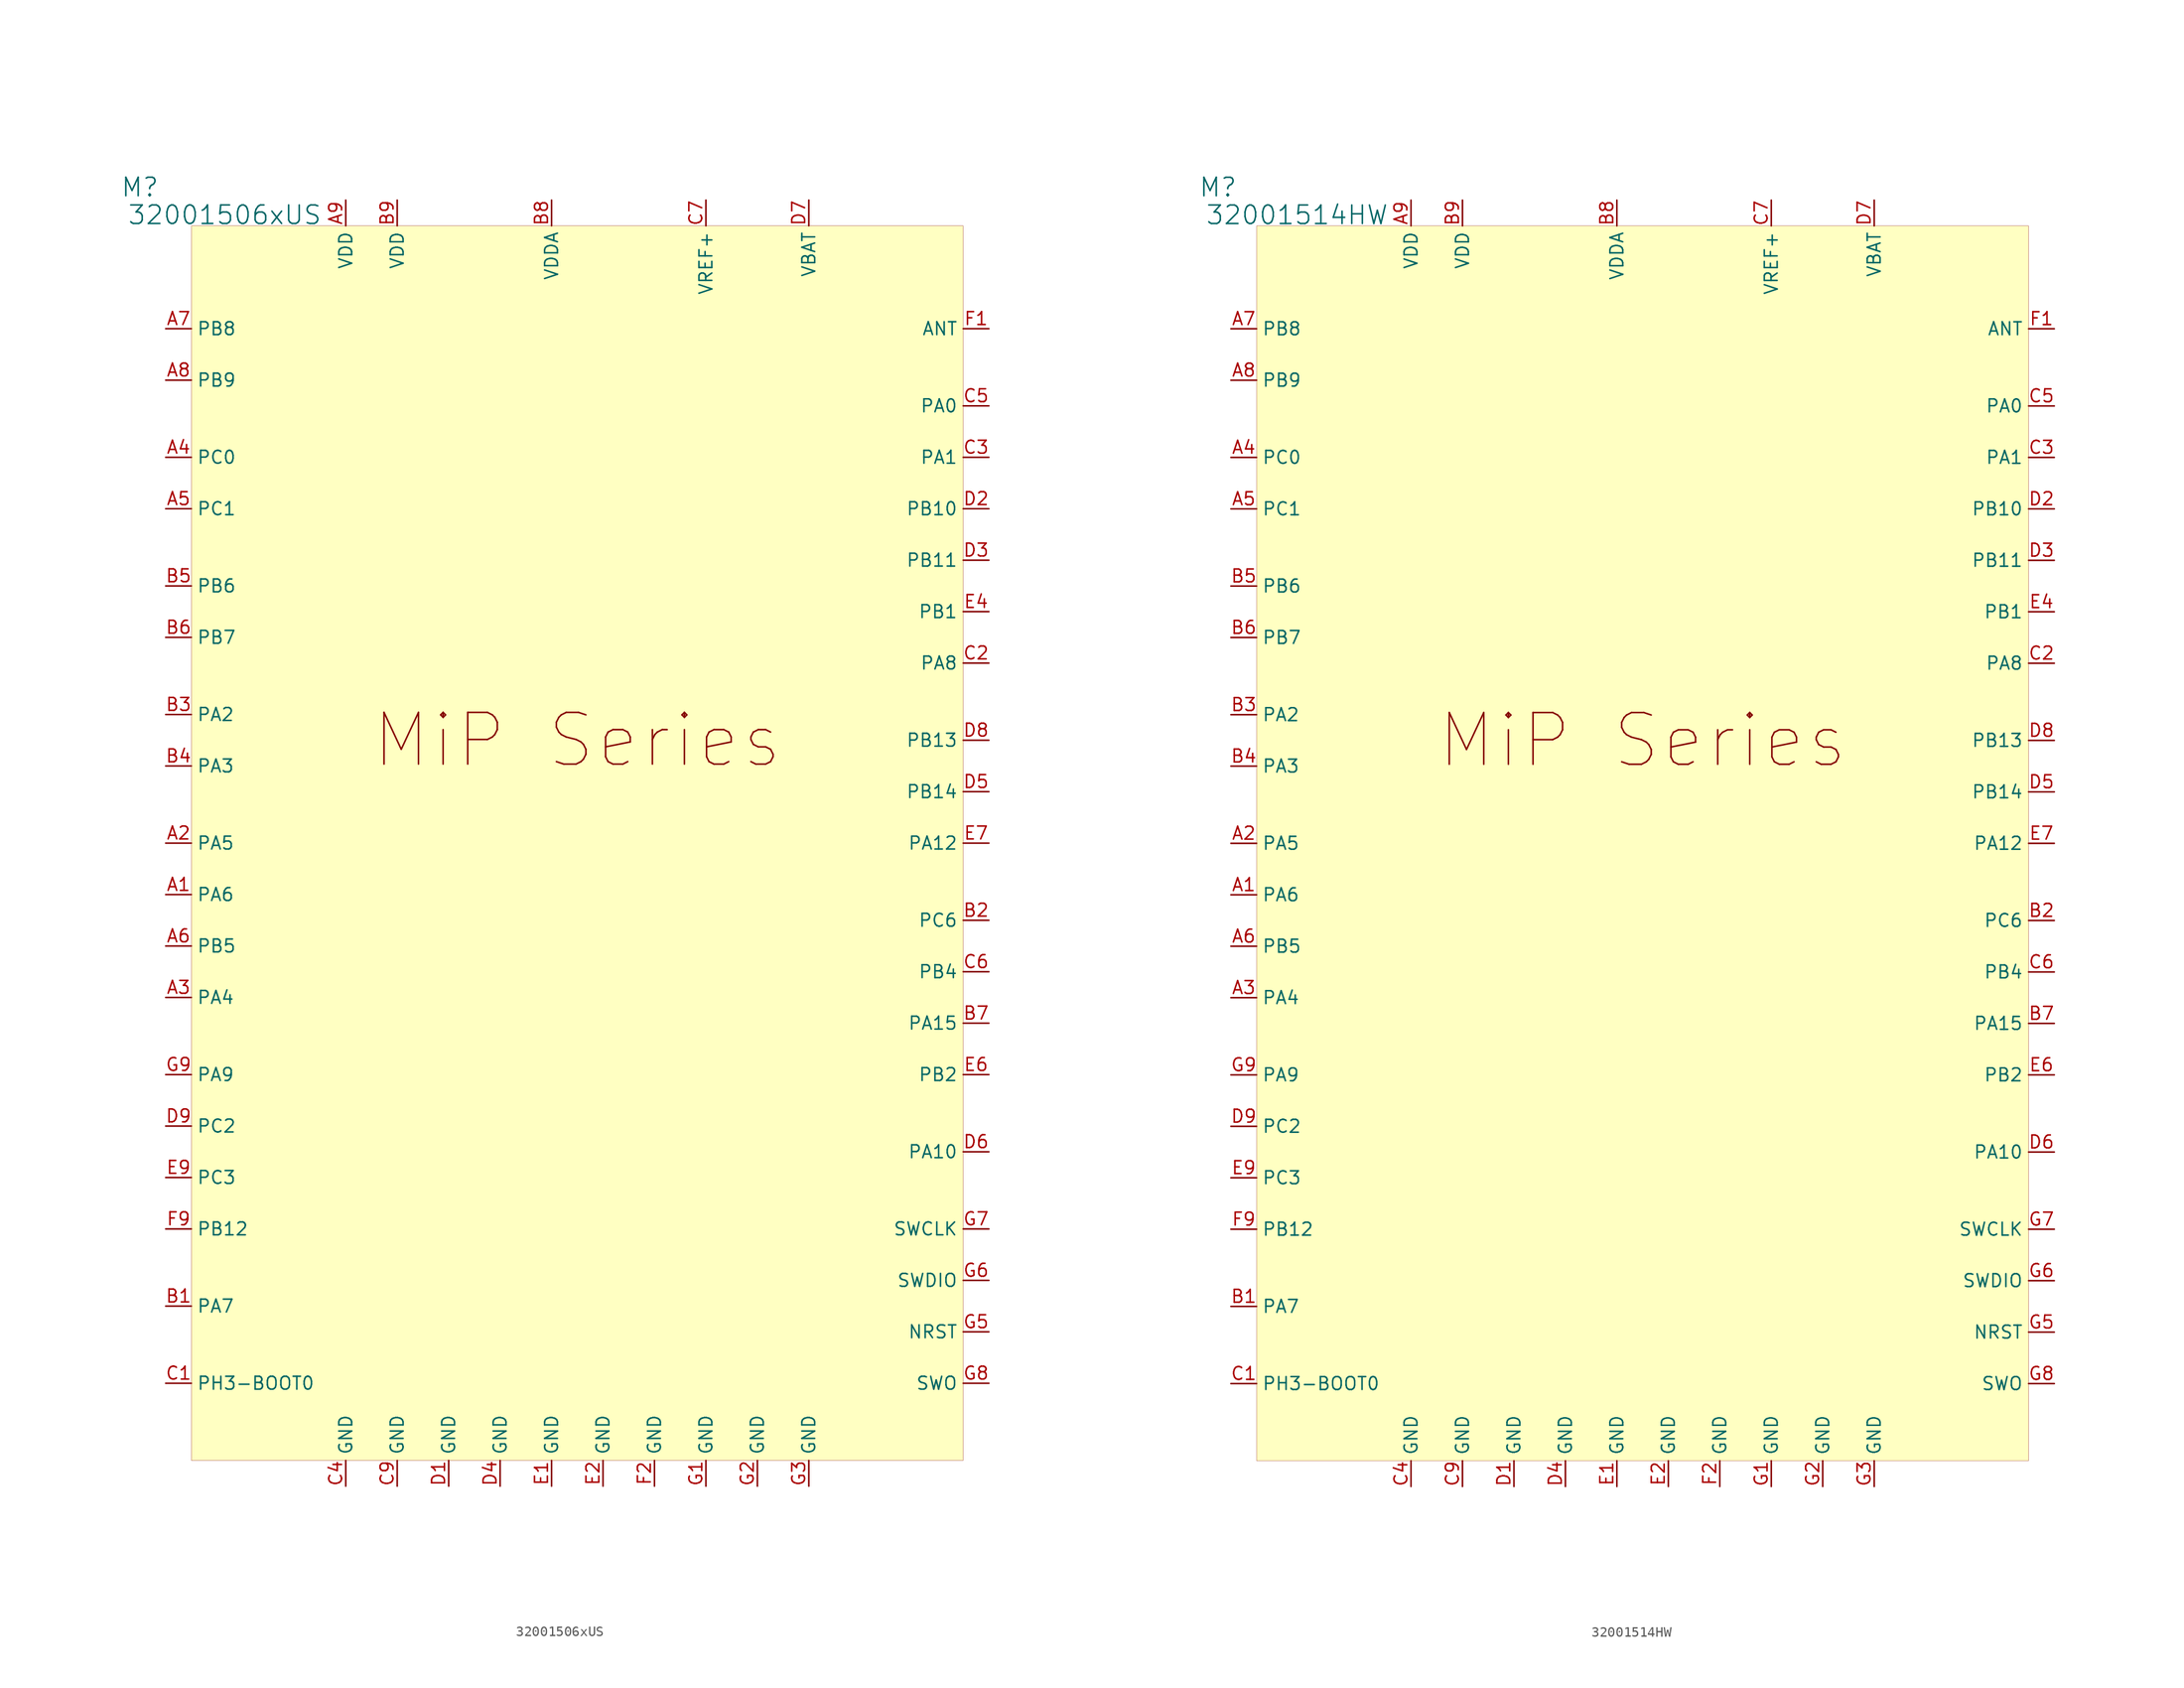
<source format=kicad_sym>
(kicad_symbol_lib
  (version 20231120)
  (generator "kicad_symbol_editor")
  (generator_version "8.0")
  (symbol "32001506xUS"
    (property "Reference" "M"
      (at -5.08 3.81 0)
      (effects (font (size 1.829 1.829))))
    (property "Value" "32001506xUS"
      (at -6.35 0 0)
      (effects (font (size 1.829 1.829)) (justify left bottom)))
    (symbol "32001506xUS_1_0"
      (rectangle (start 0 0) (end 76.2 -121.92) (stroke (width 0.025) (type solid) (color 128 0 0 1)) (fill (type background)))
      (text "MiP Series" (at 38.1 -50.8 0) (effects (font (size 5.105 5.105))))
      (pin passive line (at -2.54 -66.04 0) (length 2.54) (name "PA6" (effects (font (size 1.27 1.27)))) (number "A1" (effects (font (size 1.27 1.27)))))
      (pin passive line (at -2.54 -60.96 0) (length 2.54) (name "PA5" (effects (font (size 1.27 1.27)))) (number "A2" (effects (font (size 1.27 1.27)))))
      (pin passive line (at -2.54 -76.2 0) (length 2.54) (name "PA4" (effects (font (size 1.27 1.27)))) (number "A3" (effects (font (size 1.27 1.27)))))
      (pin passive line (at -2.54 -22.86 0) (length 2.54) (name "PC0" (effects (font (size 1.27 1.27)))) (number "A4" (effects (font (size 1.27 1.27)))))
      (pin passive line (at -2.54 -27.94 0) (length 2.54) (name "PC1" (effects (font (size 1.27 1.27)))) (number "A5" (effects (font (size 1.27 1.27)))))
      (pin passive line (at -2.54 -71.12 0) (length 2.54) (name "PB5" (effects (font (size 1.27 1.27)))) (number "A6" (effects (font (size 1.27 1.27)))))
      (pin passive line (at -2.54 -10.16 0) (length 2.54) (name "PB8" (effects (font (size 1.27 1.27)))) (number "A7" (effects (font (size 1.27 1.27)))))
      (pin passive line (at -2.54 -15.24 0) (length 2.54) (name "PB9" (effects (font (size 1.27 1.27)))) (number "A8" (effects (font (size 1.27 1.27)))))
      (pin power_in line (at 15.24 2.54 270) (length 2.54) (name "VDD" (effects (font (size 1.27 1.27)))) (number "A9" (effects (font (size 1.27 1.27)))))
      (pin passive line (at -2.54 -106.68 0) (length 2.54) (name "PA7" (effects (font (size 1.27 1.27)))) (number "B1" (effects (font (size 1.27 1.27)))))
      (pin passive line (at 78.74 -68.58 180) (length 2.54) (name "PC6" (effects (font (size 1.27 1.27)))) (number "B2" (effects (font (size 1.27 1.27)))))
      (pin passive line (at -2.54 -48.26 0) (length 2.54) (name "PA2" (effects (font (size 1.27 1.27)))) (number "B3" (effects (font (size 1.27 1.27)))))
      (pin passive line (at -2.54 -53.34 0) (length 2.54) (name "PA3" (effects (font (size 1.27 1.27)))) (number "B4" (effects (font (size 1.27 1.27)))))
      (pin passive line (at -2.54 -35.56 0) (length 2.54) (name "PB6" (effects (font (size 1.27 1.27)))) (number "B5" (effects (font (size 1.27 1.27)))))
      (pin passive line (at -2.54 -40.64 0) (length 2.54) (name "PB7" (effects (font (size 1.27 1.27)))) (number "B6" (effects (font (size 1.27 1.27)))))
      (pin passive line (at 78.74 -78.74 180) (length 2.54) (name "PA15" (effects (font (size 1.27 1.27)))) (number "B7" (effects (font (size 1.27 1.27)))))
      (pin power_in line (at 35.56 2.54 270) (length 2.54) (name "VDDA" (effects (font (size 1.27 1.27)))) (number "B8" (effects (font (size 1.27 1.27)))))
      (pin power_in line (at 20.32 2.54 270) (length 2.54) (name "VDD" (effects (font (size 1.27 1.27)))) (number "B9" (effects (font (size 1.27 1.27)))))
      (pin passive line (at -2.54 -114.3 0) (length 2.54) (name "PH3-BOOT0" (effects (font (size 1.27 1.27)))) (number "C1" (effects (font (size 1.27 1.27)))))
      (pin passive line (at 78.74 -43.18 180) (length 2.54) (name "PA8" (effects (font (size 1.27 1.27)))) (number "C2" (effects (font (size 1.27 1.27)))))
      (pin passive line (at 78.74 -22.86 180) (length 2.54) (name "PA1" (effects (font (size 1.27 1.27)))) (number "C3" (effects (font (size 1.27 1.27)))))
      (pin power_in line (at 15.24 -124.46 90) (length 2.54) (name "GND" (effects (font (size 1.27 1.27)))) (number "C4" (effects (font (size 1.27 1.27)))))
      (pin passive line (at 78.74 -17.78 180) (length 2.54) (name "PA0" (effects (font (size 1.27 1.27)))) (number "C5" (effects (font (size 1.27 1.27)))))
      (pin passive line (at 78.74 -73.66 180) (length 2.54) (name "PB4" (effects (font (size 1.27 1.27)))) (number "C6" (effects (font (size 1.27 1.27)))))
      (pin passive line (at 50.8 2.54 270) (length 2.54) (name "VREF+" (effects (font (size 1.27 1.27)))) (number "C7" (effects (font (size 1.27 1.27)))))
      (pin power_in line (at 20.32 -124.46 90) (length 2.54) (name "GND" (effects (font (size 1.27 1.27)))) (number "C9" (effects (font (size 1.27 1.27)))))
      (pin power_in line (at 25.4 -124.46 90) (length 2.54) (name "GND" (effects (font (size 1.27 1.27)))) (number "D1" (effects (font (size 1.27 1.27)))))
      (pin passive line (at 78.74 -27.94 180) (length 2.54) (name "PB10" (effects (font (size 1.27 1.27)))) (number "D2" (effects (font (size 1.27 1.27)))))
      (pin passive line (at 78.74 -33.02 180) (length 2.54) (name "PB11" (effects (font (size 1.27 1.27)))) (number "D3" (effects (font (size 1.27 1.27)))))
      (pin power_in line (at 30.48 -124.46 90) (length 2.54) (name "GND" (effects (font (size 1.27 1.27)))) (number "D4" (effects (font (size 1.27 1.27)))))
      (pin passive line (at 78.74 -55.88 180) (length 2.54) (name "PB14" (effects (font (size 1.27 1.27)))) (number "D5" (effects (font (size 1.27 1.27)))))
      (pin passive line (at 78.74 -91.44 180) (length 2.54) (name "PA10" (effects (font (size 1.27 1.27)))) (number "D6" (effects (font (size 1.27 1.27)))))
      (pin passive line (at 60.96 2.54 270) (length 2.54) (name "VBAT" (effects (font (size 1.27 1.27)))) (number "D7" (effects (font (size 1.27 1.27)))))
      (pin passive line (at 78.74 -50.8 180) (length 2.54) (name "PB13" (effects (font (size 1.27 1.27)))) (number "D8" (effects (font (size 1.27 1.27)))))
      (pin passive line (at -2.54 -88.9 0) (length 2.54) (name "PC2" (effects (font (size 1.27 1.27)))) (number "D9" (effects (font (size 1.27 1.27)))))
      (pin power_in line (at 35.56 -124.46 90) (length 2.54) (name "GND" (effects (font (size 1.27 1.27)))) (number "E1" (effects (font (size 1.27 1.27)))))
      (pin power_in line (at 40.64 -124.46 90) (length 2.54) (name "GND" (effects (font (size 1.27 1.27)))) (number "E2" (effects (font (size 1.27 1.27)))))
      (pin passive line (at 78.74 -38.1 180) (length 2.54) (name "PB1" (effects (font (size 1.27 1.27)))) (number "E4" (effects (font (size 1.27 1.27)))))
      (pin passive line (at 78.74 -83.82 180) (length 2.54) (name "PB2" (effects (font (size 1.27 1.27)))) (number "E6" (effects (font (size 1.27 1.27)))))
      (pin passive line (at 78.74 -60.96 180) (length 2.54) (name "PA12" (effects (font (size 1.27 1.27)))) (number "E7" (effects (font (size 1.27 1.27)))))
      (pin passive line (at -2.54 -93.98 0) (length 2.54) (name "PC3" (effects (font (size 1.27 1.27)))) (number "E9" (effects (font (size 1.27 1.27)))))
      (pin passive line (at 78.74 -10.16 180) (length 2.54) (name "ANT" (effects (font (size 1.27 1.27)))) (number "F1" (effects (font (size 1.27 1.27)))))
      (pin power_in line (at 45.72 -124.46 90) (length 2.54) (name "GND" (effects (font (size 1.27 1.27)))) (number "F2" (effects (font (size 1.27 1.27)))))
      (pin passive line (at -2.54 -99.06 0) (length 2.54) (name "PB12" (effects (font (size 1.27 1.27)))) (number "F9" (effects (font (size 1.27 1.27)))))
      (pin power_in line (at 50.8 -124.46 90) (length 2.54) (name "GND" (effects (font (size 1.27 1.27)))) (number "G1" (effects (font (size 1.27 1.27)))))
      (pin power_in line (at 55.88 -124.46 90) (length 2.54) (name "GND" (effects (font (size 1.27 1.27)))) (number "G2" (effects (font (size 1.27 1.27)))))
      (pin power_in line (at 60.96 -124.46 90) (length 2.54) (name "GND" (effects (font (size 1.27 1.27)))) (number "G3" (effects (font (size 1.27 1.27)))))
      (pin passive line (at 78.74 -109.22 180) (length 2.54) (name "NRST" (effects (font (size 1.27 1.27)))) (number "G5" (effects (font (size 1.27 1.27)))))
      (pin passive line (at 78.74 -104.14 180) (length 2.54) (name "SWDIO" (effects (font (size 1.27 1.27)))) (number "G6" (effects (font (size 1.27 1.27)))))
      (pin passive line (at 78.74 -99.06 180) (length 2.54) (name "SWCLK" (effects (font (size 1.27 1.27)))) (number "G7" (effects (font (size 1.27 1.27)))))
      (pin passive line (at 78.74 -114.3 180) (length 2.54) (name "SWO" (effects (font (size 1.27 1.27)))) (number "G8" (effects (font (size 1.27 1.27)))))
      (pin passive line (at -2.54 -83.82 0) (length 2.54) (name "PA9" (effects (font (size 1.27 1.27)))) (number "G9" (effects (font (size 1.27 1.27)))))))
  (symbol "32001514HW"
    (property "Reference" "M"
      (at -3.81 3.81 0)
      (effects (font (size 1.829 1.829))))
    (property "Value" "32001514HW"
      (at -5.08 0 0)
      (effects (font (size 1.829 1.829)) (justify left bottom)))
    (symbol "32001514HW_1_0"
      (rectangle (start 0 0) (end 76.2 -121.92) (stroke (width 0.025) (type solid) (color 128 0 0 1)) (fill (type background)))
      (text "MiP Series" (at 38.1 -50.8 0) (effects (font (size 5.105 5.105))))
      (pin passive line (at -2.54 -66.04 0) (length 2.54) (name "PA6" (effects (font (size 1.27 1.27)))) (number "A1" (effects (font (size 1.27 1.27)))))
      (pin passive line (at -2.54 -60.96 0) (length 2.54) (name "PA5" (effects (font (size 1.27 1.27)))) (number "A2" (effects (font (size 1.27 1.27)))))
      (pin passive line (at -2.54 -76.2 0) (length 2.54) (name "PA4" (effects (font (size 1.27 1.27)))) (number "A3" (effects (font (size 1.27 1.27)))))
      (pin passive line (at -2.54 -22.86 0) (length 2.54) (name "PC0" (effects (font (size 1.27 1.27)))) (number "A4" (effects (font (size 1.27 1.27)))))
      (pin passive line (at -2.54 -27.94 0) (length 2.54) (name "PC1" (effects (font (size 1.27 1.27)))) (number "A5" (effects (font (size 1.27 1.27)))))
      (pin passive line (at -2.54 -71.12 0) (length 2.54) (name "PB5" (effects (font (size 1.27 1.27)))) (number "A6" (effects (font (size 1.27 1.27)))))
      (pin passive line (at -2.54 -10.16 0) (length 2.54) (name "PB8" (effects (font (size 1.27 1.27)))) (number "A7" (effects (font (size 1.27 1.27)))))
      (pin passive line (at -2.54 -15.24 0) (length 2.54) (name "PB9" (effects (font (size 1.27 1.27)))) (number "A8" (effects (font (size 1.27 1.27)))))
      (pin power_in line (at 15.24 2.54 270) (length 2.54) (name "VDD" (effects (font (size 1.27 1.27)))) (number "A9" (effects (font (size 1.27 1.27)))))
      (pin passive line (at -2.54 -106.68 0) (length 2.54) (name "PA7" (effects (font (size 1.27 1.27)))) (number "B1" (effects (font (size 1.27 1.27)))))
      (pin passive line (at 78.74 -68.58 180) (length 2.54) (name "PC6" (effects (font (size 1.27 1.27)))) (number "B2" (effects (font (size 1.27 1.27)))))
      (pin passive line (at -2.54 -48.26 0) (length 2.54) (name "PA2" (effects (font (size 1.27 1.27)))) (number "B3" (effects (font (size 1.27 1.27)))))
      (pin passive line (at -2.54 -53.34 0) (length 2.54) (name "PA3" (effects (font (size 1.27 1.27)))) (number "B4" (effects (font (size 1.27 1.27)))))
      (pin passive line (at -2.54 -35.56 0) (length 2.54) (name "PB6" (effects (font (size 1.27 1.27)))) (number "B5" (effects (font (size 1.27 1.27)))))
      (pin passive line (at -2.54 -40.64 0) (length 2.54) (name "PB7" (effects (font (size 1.27 1.27)))) (number "B6" (effects (font (size 1.27 1.27)))))
      (pin passive line (at 78.74 -78.74 180) (length 2.54) (name "PA15" (effects (font (size 1.27 1.27)))) (number "B7" (effects (font (size 1.27 1.27)))))
      (pin power_in line (at 35.56 2.54 270) (length 2.54) (name "VDDA" (effects (font (size 1.27 1.27)))) (number "B8" (effects (font (size 1.27 1.27)))))
      (pin power_in line (at 20.32 2.54 270) (length 2.54) (name "VDD" (effects (font (size 1.27 1.27)))) (number "B9" (effects (font (size 1.27 1.27)))))
      (pin passive line (at -2.54 -114.3 0) (length 2.54) (name "PH3-BOOT0" (effects (font (size 1.27 1.27)))) (number "C1" (effects (font (size 1.27 1.27)))))
      (pin passive line (at 78.74 -43.18 180) (length 2.54) (name "PA8" (effects (font (size 1.27 1.27)))) (number "C2" (effects (font (size 1.27 1.27)))))
      (pin passive line (at 78.74 -22.86 180) (length 2.54) (name "PA1" (effects (font (size 1.27 1.27)))) (number "C3" (effects (font (size 1.27 1.27)))))
      (pin power_in line (at 15.24 -124.46 90) (length 2.54) (name "GND" (effects (font (size 1.27 1.27)))) (number "C4" (effects (font (size 1.27 1.27)))))
      (pin passive line (at 78.74 -17.78 180) (length 2.54) (name "PA0" (effects (font (size 1.27 1.27)))) (number "C5" (effects (font (size 1.27 1.27)))))
      (pin passive line (at 78.74 -73.66 180) (length 2.54) (name "PB4" (effects (font (size 1.27 1.27)))) (number "C6" (effects (font (size 1.27 1.27)))))
      (pin passive line (at 50.8 2.54 270) (length 2.54) (name "VREF+" (effects (font (size 1.27 1.27)))) (number "C7" (effects (font (size 1.27 1.27)))))
      (pin power_in line (at 20.32 -124.46 90) (length 2.54) (name "GND" (effects (font (size 1.27 1.27)))) (number "C9" (effects (font (size 1.27 1.27)))))
      (pin power_in line (at 25.4 -124.46 90) (length 2.54) (name "GND" (effects (font (size 1.27 1.27)))) (number "D1" (effects (font (size 1.27 1.27)))))
      (pin passive line (at 78.74 -27.94 180) (length 2.54) (name "PB10" (effects (font (size 1.27 1.27)))) (number "D2" (effects (font (size 1.27 1.27)))))
      (pin passive line (at 78.74 -33.02 180) (length 2.54) (name "PB11" (effects (font (size 1.27 1.27)))) (number "D3" (effects (font (size 1.27 1.27)))))
      (pin power_in line (at 30.48 -124.46 90) (length 2.54) (name "GND" (effects (font (size 1.27 1.27)))) (number "D4" (effects (font (size 1.27 1.27)))))
      (pin passive line (at 78.74 -55.88 180) (length 2.54) (name "PB14" (effects (font (size 1.27 1.27)))) (number "D5" (effects (font (size 1.27 1.27)))))
      (pin passive line (at 78.74 -91.44 180) (length 2.54) (name "PA10" (effects (font (size 1.27 1.27)))) (number "D6" (effects (font (size 1.27 1.27)))))
      (pin passive line (at 60.96 2.54 270) (length 2.54) (name "VBAT" (effects (font (size 1.27 1.27)))) (number "D7" (effects (font (size 1.27 1.27)))))
      (pin passive line (at 78.74 -50.8 180) (length 2.54) (name "PB13" (effects (font (size 1.27 1.27)))) (number "D8" (effects (font (size 1.27 1.27)))))
      (pin passive line (at -2.54 -88.9 0) (length 2.54) (name "PC2" (effects (font (size 1.27 1.27)))) (number "D9" (effects (font (size 1.27 1.27)))))
      (pin power_in line (at 35.56 -124.46 90) (length 2.54) (name "GND" (effects (font (size 1.27 1.27)))) (number "E1" (effects (font (size 1.27 1.27)))))
      (pin power_in line (at 40.64 -124.46 90) (length 2.54) (name "GND" (effects (font (size 1.27 1.27)))) (number "E2" (effects (font (size 1.27 1.27)))))
      (pin passive line (at 78.74 -38.1 180) (length 2.54) (name "PB1" (effects (font (size 1.27 1.27)))) (number "E4" (effects (font (size 1.27 1.27)))))
      (pin passive line (at 78.74 -83.82 180) (length 2.54) (name "PB2" (effects (font (size 1.27 1.27)))) (number "E6" (effects (font (size 1.27 1.27)))))
      (pin passive line (at 78.74 -60.96 180) (length 2.54) (name "PA12" (effects (font (size 1.27 1.27)))) (number "E7" (effects (font (size 1.27 1.27)))))
      (pin passive line (at -2.54 -93.98 0) (length 2.54) (name "PC3" (effects (font (size 1.27 1.27)))) (number "E9" (effects (font (size 1.27 1.27)))))
      (pin passive line (at 78.74 -10.16 180) (length 2.54) (name "ANT" (effects (font (size 1.27 1.27)))) (number "F1" (effects (font (size 1.27 1.27)))))
      (pin power_in line (at 45.72 -124.46 90) (length 2.54) (name "GND" (effects (font (size 1.27 1.27)))) (number "F2" (effects (font (size 1.27 1.27)))))
      (pin passive line (at -2.54 -99.06 0) (length 2.54) (name "PB12" (effects (font (size 1.27 1.27)))) (number "F9" (effects (font (size 1.27 1.27)))))
      (pin power_in line (at 50.8 -124.46 90) (length 2.54) (name "GND" (effects (font (size 1.27 1.27)))) (number "G1" (effects (font (size 1.27 1.27)))))
      (pin power_in line (at 55.88 -124.46 90) (length 2.54) (name "GND" (effects (font (size 1.27 1.27)))) (number "G2" (effects (font (size 1.27 1.27)))))
      (pin power_in line (at 60.96 -124.46 90) (length 2.54) (name "GND" (effects (font (size 1.27 1.27)))) (number "G3" (effects (font (size 1.27 1.27)))))
      (pin passive line (at 78.74 -109.22 180) (length 2.54) (name "NRST" (effects (font (size 1.27 1.27)))) (number "G5" (effects (font (size 1.27 1.27)))))
      (pin passive line (at 78.74 -104.14 180) (length 2.54) (name "SWDIO" (effects (font (size 1.27 1.27)))) (number "G6" (effects (font (size 1.27 1.27)))))
      (pin passive line (at 78.74 -99.06 180) (length 2.54) (name "SWCLK" (effects (font (size 1.27 1.27)))) (number "G7" (effects (font (size 1.27 1.27)))))
      (pin passive line (at 78.74 -114.3 180) (length 2.54) (name "SWO" (effects (font (size 1.27 1.27)))) (number "G8" (effects (font (size 1.27 1.27)))))
      (pin passive line (at -2.54 -83.82 0) (length 2.54) (name "PA9" (effects (font (size 1.27 1.27)))) (number "G9" (effects (font (size 1.27 1.27))))))))
</source>
